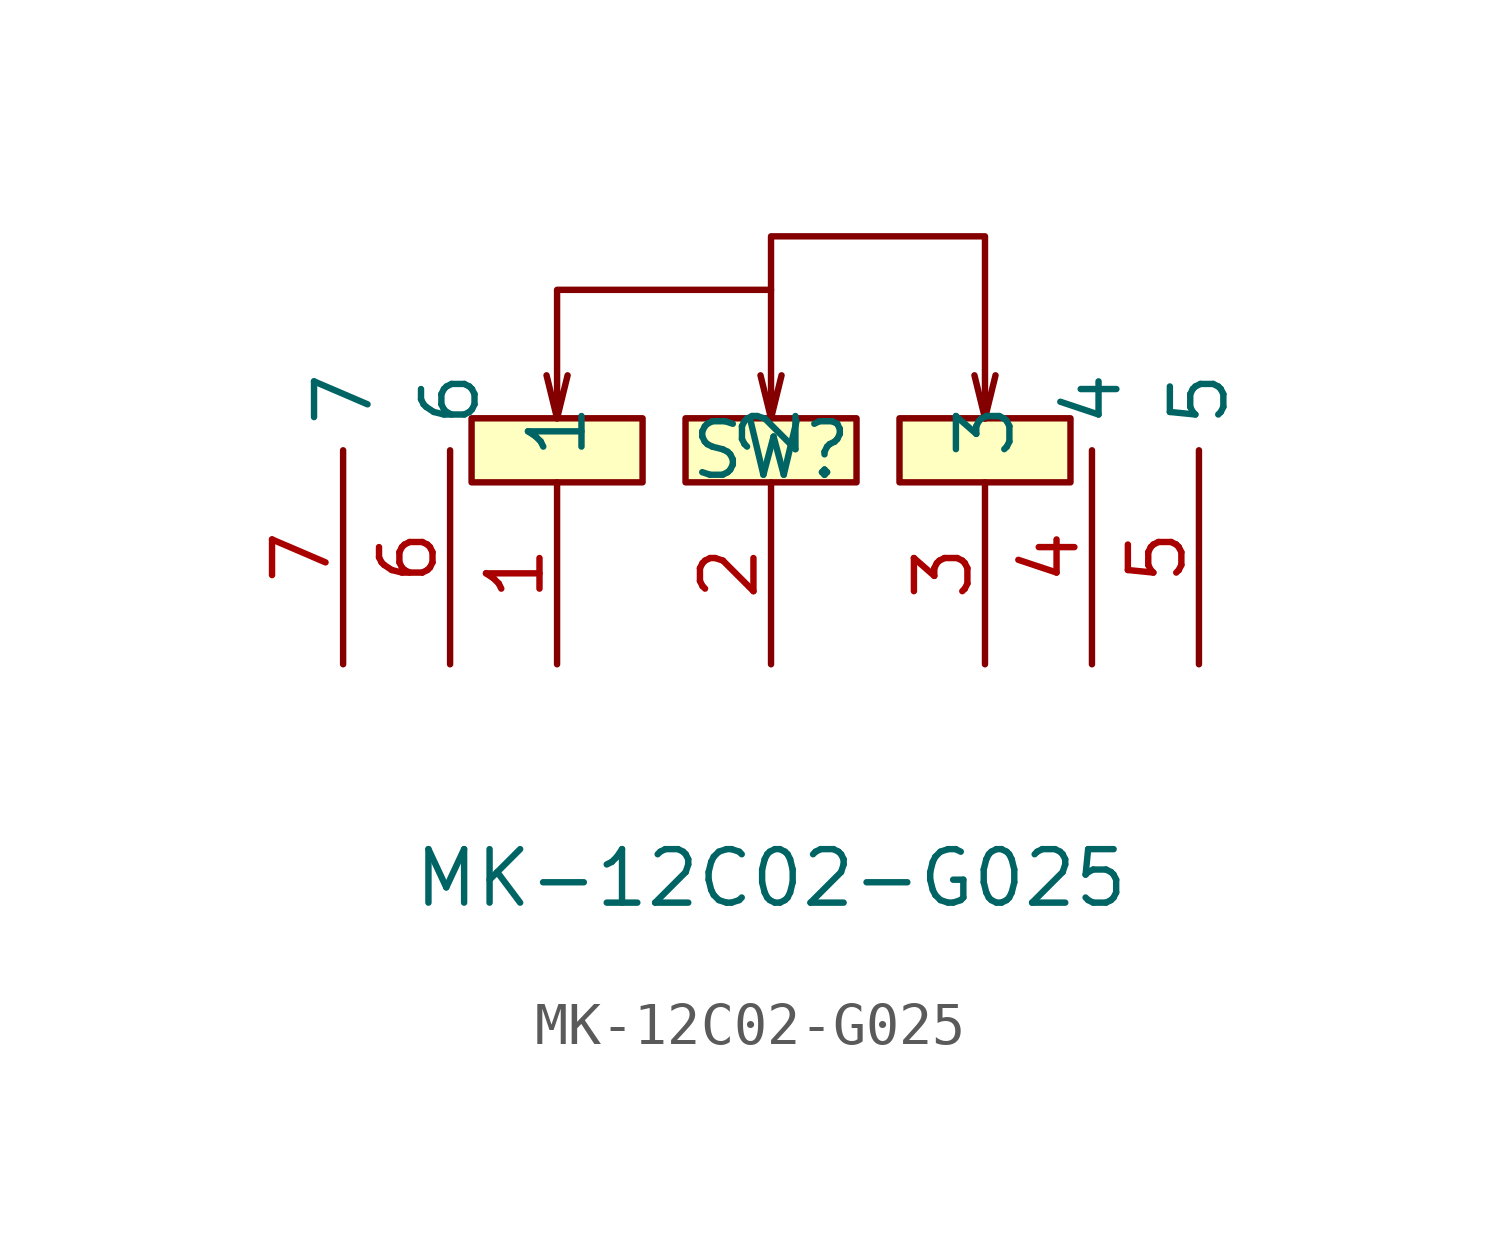
<source format=kicad_sym>
(kicad_symbol_lib
  (version 20211014)
  (generator https://github.com/uPesy/easyeda2kicad.py)
  (symbol "MK-12C02-G025"
    (property "Reference" "SW"
      (at 0 0.00 0)
      (effects (font (size 1.27 1.27))))
    (property "Value" "MK-12C02-G025"
      (at 0 -10.16 0)
      (effects (font (size 1.27 1.27))))
    (symbol "MK-12C02-G025_0_1"
      (rectangle (start -2.03 0.76) (end 2.03 -0.76) (stroke (width 0) (type default) (color 0 0 0 0)) (fill (type background)))
      (rectangle (start 3.05 0.76) (end 7.11 -0.76) (stroke (width 0) (type default) (color 0 0 0 0)) (fill (type background)))
      (rectangle (start -7.11 0.76) (end -3.05 -0.76) (stroke (width 0) (type default) (color 0 0 0 0)) (fill (type background)))
      (polyline (pts (xy 5.08 0.76) (xy 5.08 5.08) (xy 0.00 5.08) (xy 0.00 0.76) (xy 0.25 1.78)) (stroke (width 0) (type default) (color 0 0 0 0)) (fill (type none)))
      (polyline (pts (xy 0.00 0.76) (xy -0.25 1.78)) (stroke (width 0) (type default) (color 0 0 0 0)) (fill (type none)))
      (polyline (pts (xy 5.08 0.76) (xy 5.33 1.78)) (stroke (width 0) (type default) (color 0 0 0 0)) (fill (type none)))
      (polyline (pts (xy 5.08 0.76) (xy 4.83 1.78)) (stroke (width 0) (type default) (color 0 0 0 0)) (fill (type none)))
      (polyline (pts (xy 0.00 3.81) (xy -5.08 3.81) (xy -5.08 0.76) (xy -4.83 1.78)) (stroke (width 0) (type default) (color 0 0 0 0)) (fill (type none)))
      (polyline (pts (xy -5.08 0.76) (xy -5.33 1.78)) (stroke (width 0) (type default) (color 0 0 0 0)) (fill (type none)))
      (pin unspecified line (at -5.08 -5.08 90) (length 4.318) (name "1" (effects (font (size 1.27 1.27)))) (number "1" (effects (font (size 1.27 1.27)))))
      (pin unspecified line (at 0.00 -5.08 90) (length 4.318) (name "2" (effects (font (size 1.27 1.27)))) (number "2" (effects (font (size 1.27 1.27)))))
      (pin unspecified line (at 5.08 -5.08 90) (length 4.318) (name "3" (effects (font (size 1.27 1.27)))) (number "3" (effects (font (size 1.27 1.27)))))
      (pin unspecified line (at 7.62 -5.08 90) (length 5.08) (name "4" (effects (font (size 1.27 1.27)))) (number "4" (effects (font (size 1.27 1.27)))))
      (pin unspecified line (at 10.16 -5.08 90) (length 5.08) (name "5" (effects (font (size 1.27 1.27)))) (number "5" (effects (font (size 1.27 1.27)))))
      (pin unspecified line (at -7.62 -5.08 90) (length 5.08) (name "6" (effects (font (size 1.27 1.27)))) (number "6" (effects (font (size 1.27 1.27)))))
      (pin unspecified line (at -10.16 -5.08 90) (length 5.08) (name "7" (effects (font (size 1.27 1.27)))) (number "7" (effects (font (size 1.27 1.27))))))))
</source>
